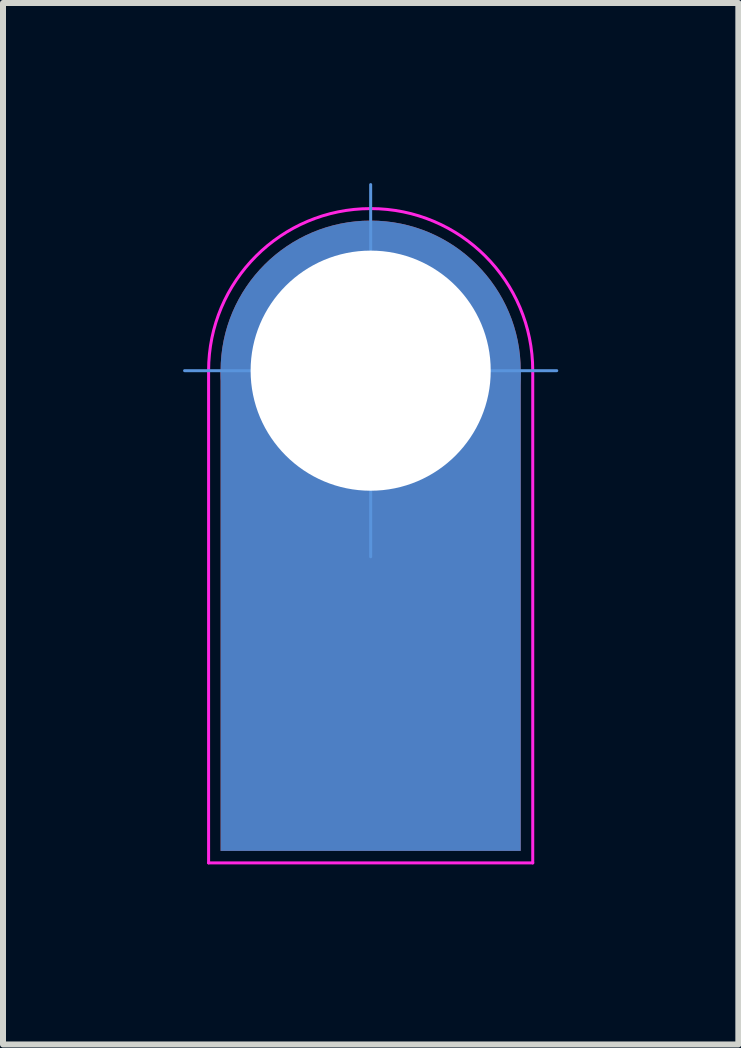
<source format=kicad_pcb>
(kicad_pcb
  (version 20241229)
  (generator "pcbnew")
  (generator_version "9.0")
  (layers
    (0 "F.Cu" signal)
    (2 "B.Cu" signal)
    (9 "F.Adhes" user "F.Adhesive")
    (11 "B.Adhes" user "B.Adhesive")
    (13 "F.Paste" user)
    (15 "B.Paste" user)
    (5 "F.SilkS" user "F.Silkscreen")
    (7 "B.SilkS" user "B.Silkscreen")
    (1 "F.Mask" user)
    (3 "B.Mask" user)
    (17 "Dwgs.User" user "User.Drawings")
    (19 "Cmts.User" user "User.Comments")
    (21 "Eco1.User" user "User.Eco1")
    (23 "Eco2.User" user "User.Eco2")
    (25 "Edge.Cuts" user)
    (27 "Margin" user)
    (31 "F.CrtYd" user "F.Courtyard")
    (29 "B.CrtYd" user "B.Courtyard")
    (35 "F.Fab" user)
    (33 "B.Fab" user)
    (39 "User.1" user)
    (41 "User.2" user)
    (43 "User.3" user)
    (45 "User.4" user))
  (footprint "z_Easylab-Pad"
    (layer "F.Cu")
    (at 3.125 3.125)
    (property "Reference" "z_Easylab-Pad" (at 0 0.125 0) (layer "F.Fab") (effects (font (size 0.1 0.1) (thickness 0.01))))
    (attr through_hole)
    (fp_line (start -3.1 0) (end 3.1 0) (stroke (width 0.05) (type solid)) (layer "Cmts.User"))
    (fp_line (start 0 -3.1) (end 0 3.1) (stroke (width 0.05) (type solid)) (layer "Cmts.User"))
    (fp_line (start -2.7 0) (end -2.7 8.2) (stroke (width 0.05) (type solid)) (layer "F.CrtYd"))
    (fp_line (start -2.7 8.2) (end 2.7 8.2) (stroke (width 0.05) (type solid)) (layer "F.CrtYd"))
    (fp_line (start 2.7 8.2) (end 2.7 0) (stroke (width 0.05) (type solid)) (layer "F.CrtYd"))
    (fp_arc (start -2.7 0) (mid 0 -2.7) (end 2.7 0) (stroke (width 0.05) (type solid)) (layer "F.CrtYd"))
    (fp_text user "${REFERENCE}" (at 0 0 180) (layer "Eco1.User") (effects (font (size 0.3 0.3) (thickness 0.03))))
    (pad "1" thru_hole circle (at 0 0) (size 5 5) (drill 4) (layers "*.Cu" "*.Mask"))
    (pad "1" smd rect (at 0 4) (size 5 8) (layers "F.Cu" "F.Mask"))
    (pad "1" smd rect (at 0 4) (size 5 8) (layers "*.Mask" "B.Cu")))
  (gr_rect
    (start -3 -3)
    (end 9.25 14.35)
    (stroke (width 0.1) (type default))
    (fill no)
    (layer "Edge.Cuts")))
</source>
